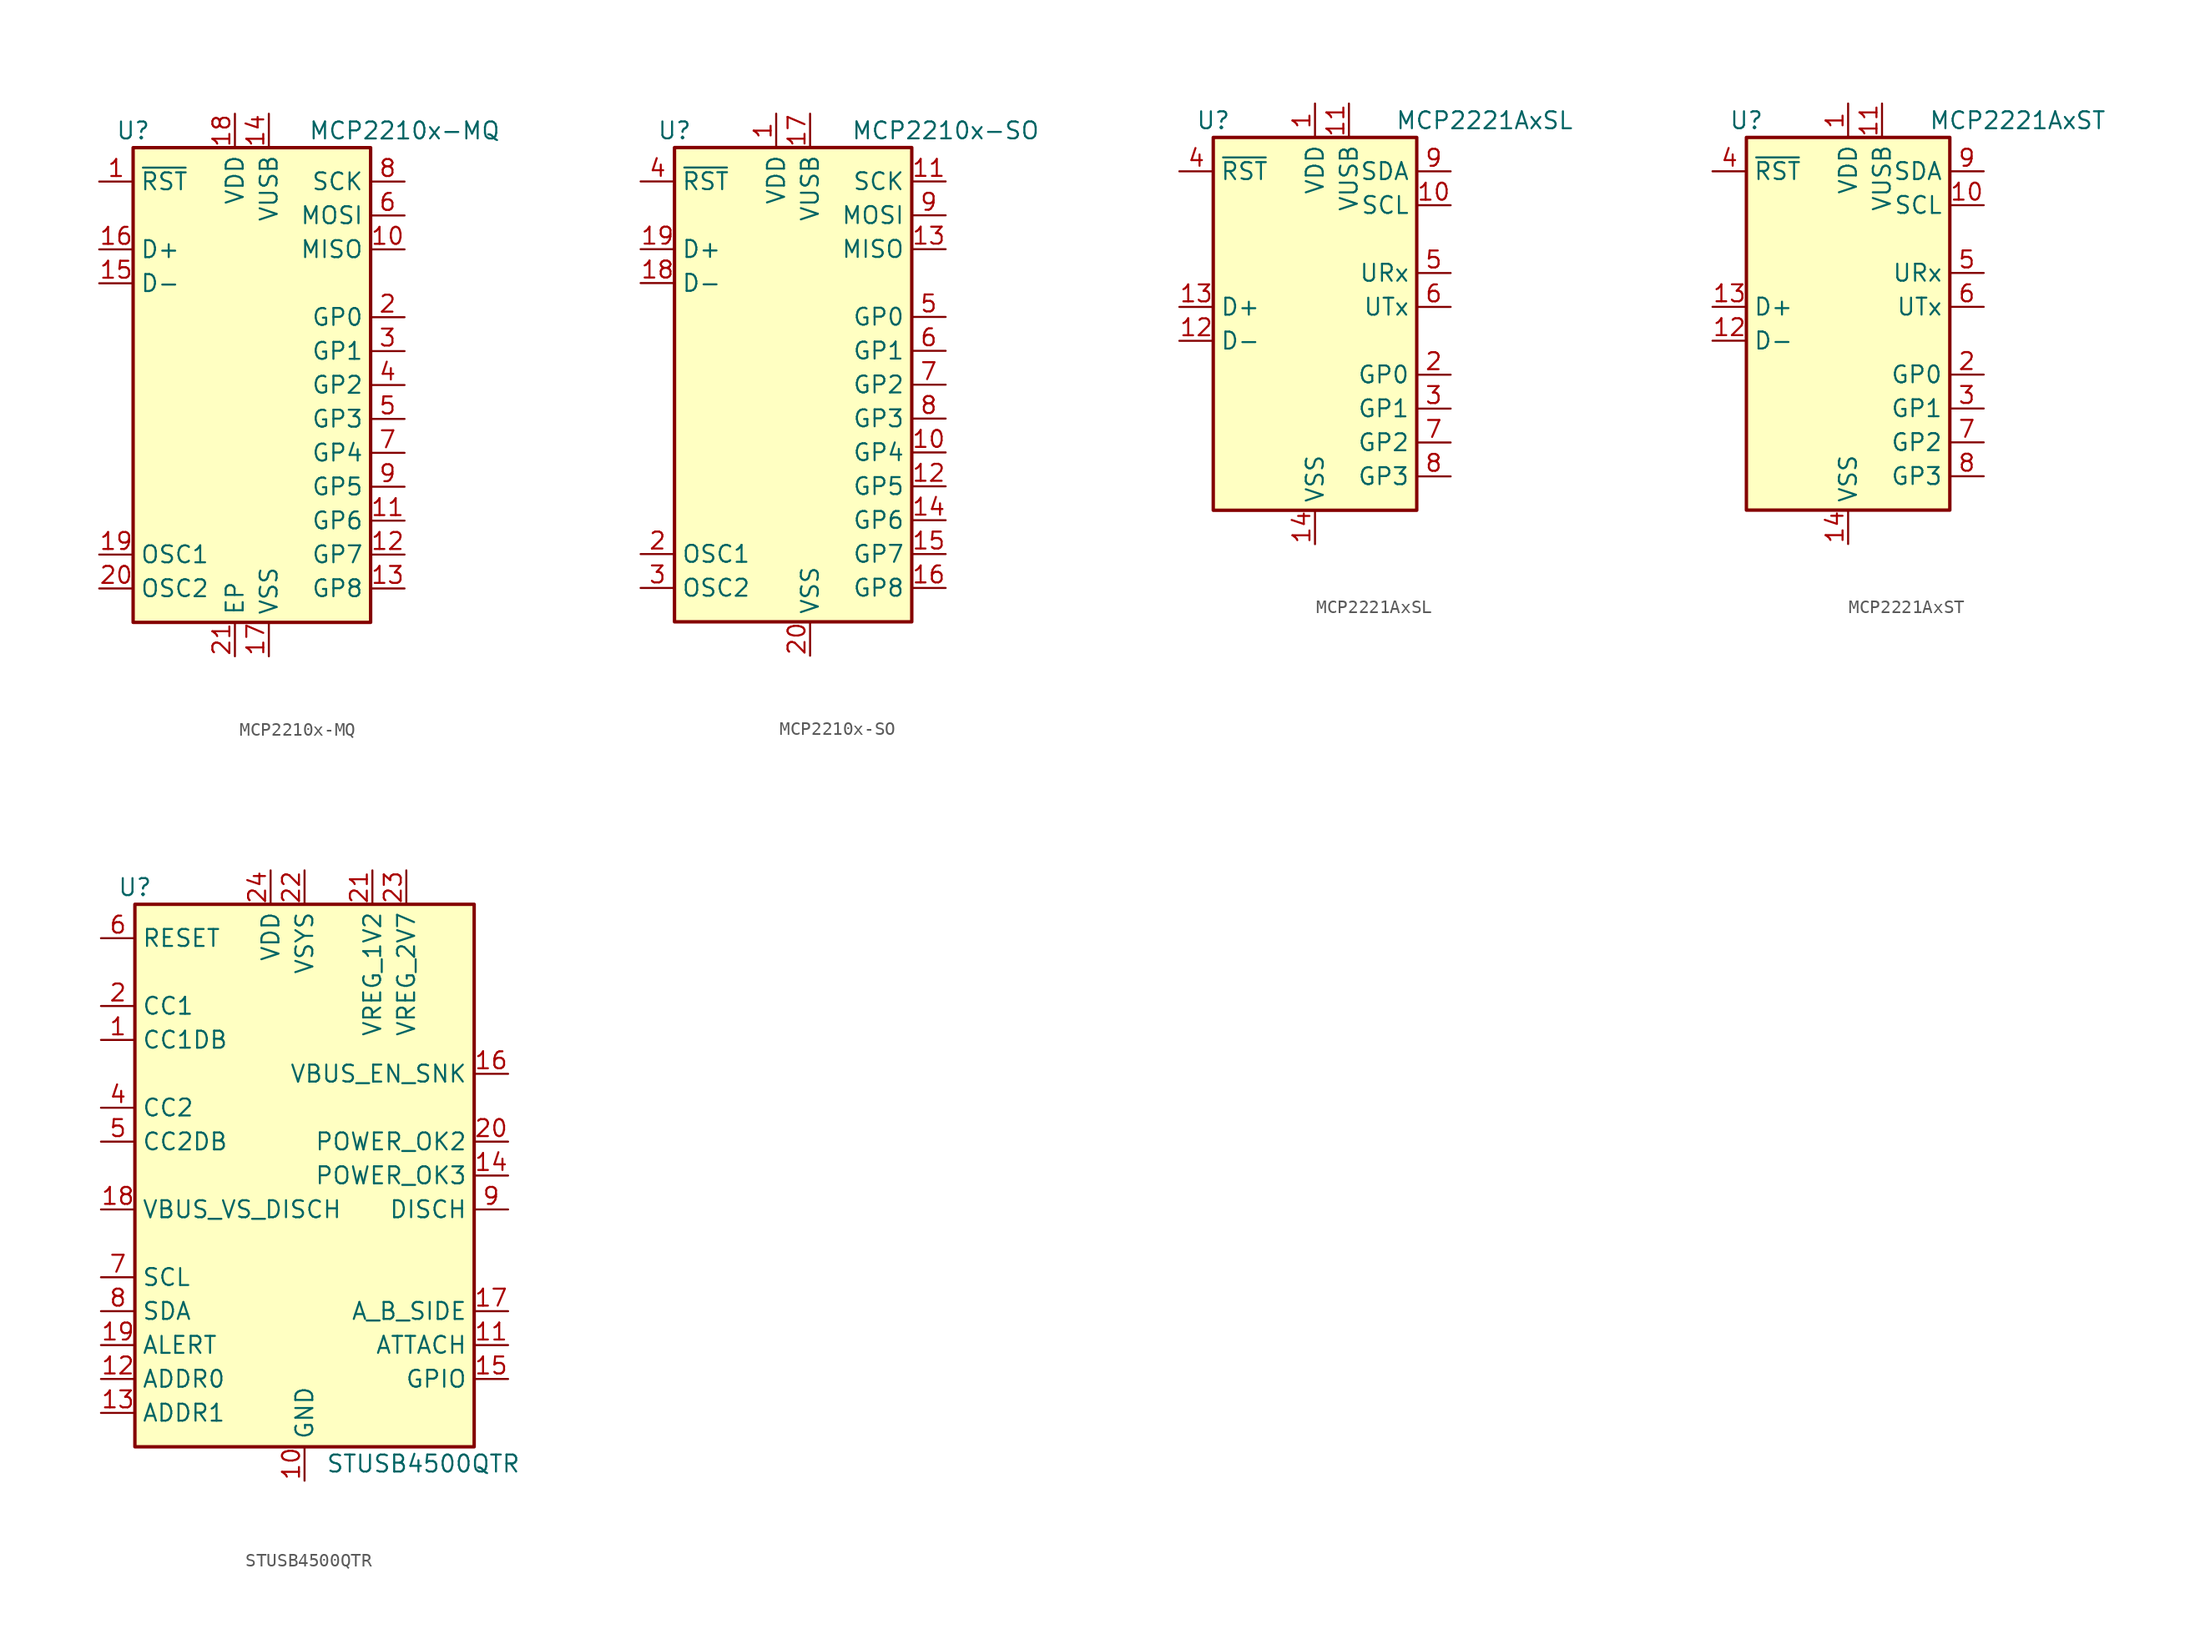
<source format=kicad_sym>
(kicad_symbol_lib
  (version 20211014)
  (generator kicad_symbol_editor)
  (symbol "MCP2210x-MQ"
    (property "Reference" "U"
      (at -10.16 19.05 0)
      (effects (font (size 1.27 1.27))))
    (property "Value" "MCP2210x-MQ"
      (at 10.16 19.05 0)
      (effects (font (size 1.27 1.27))))
    (symbol "MCP2210x-MQ_0_1"
      (rectangle (start -10.16 17.78) (end 7.62 -17.78) (stroke (width 0.254) (type default) (color 0 0 0 0)) (fill (type background))))
    (symbol "MCP2210x-MQ_1_1"
      (pin input line (at -12.7 15.24 0) (length 2.54) (name "~{RST}" (effects (font (size 1.27 1.27)))) (number "1" (effects (font (size 1.27 1.27)))))
      (pin input line (at 10.16 10.16 180) (length 2.54) (name "MISO" (effects (font (size 1.27 1.27)))) (number "10" (effects (font (size 1.27 1.27)))))
      (pin bidirectional line (at 10.16 -10.16 180) (length 2.54) (name "GP6" (effects (font (size 1.27 1.27)))) (number "11" (effects (font (size 1.27 1.27)))))
      (pin bidirectional line (at 10.16 -12.7 180) (length 2.54) (name "GP7" (effects (font (size 1.27 1.27)))) (number "12" (effects (font (size 1.27 1.27)))))
      (pin bidirectional line (at 10.16 -15.24 180) (length 2.54) (name "GP8" (effects (font (size 1.27 1.27)))) (number "13" (effects (font (size 1.27 1.27)))))
      (pin passive line (at 0 20.32 270) (length 2.54) (name "VUSB" (effects (font (size 1.27 1.27)))) (number "14" (effects (font (size 1.27 1.27)))))
      (pin bidirectional line (at -12.7 7.62 0) (length 2.54) (name "D-" (effects (font (size 1.27 1.27)))) (number "15" (effects (font (size 1.27 1.27)))))
      (pin bidirectional line (at -12.7 10.16 0) (length 2.54) (name "D+" (effects (font (size 1.27 1.27)))) (number "16" (effects (font (size 1.27 1.27)))))
      (pin power_in line (at 0 -20.32 90) (length 2.54) (name "VSS" (effects (font (size 1.27 1.27)))) (number "17" (effects (font (size 1.27 1.27)))))
      (pin power_in line (at -2.54 20.32 270) (length 2.54) (name "VDD" (effects (font (size 1.27 1.27)))) (number "18" (effects (font (size 1.27 1.27)))))
      (pin input line (at -12.7 -12.7 0) (length 2.54) (name "OSC1" (effects (font (size 1.27 1.27)))) (number "19" (effects (font (size 1.27 1.27)))))
      (pin bidirectional line (at 10.16 5.08 180) (length 2.54) (name "GP0" (effects (font (size 1.27 1.27)))) (number "2" (effects (font (size 1.27 1.27)))))
      (pin output line (at -12.7 -15.24 0) (length 2.54) (name "OSC2" (effects (font (size 1.27 1.27)))) (number "20" (effects (font (size 1.27 1.27)))))
      (pin passive line (at -2.54 -20.32 90) (length 2.54) (name "EP" (effects (font (size 1.27 1.27)))) (number "21" (effects (font (size 1.27 1.27)))))
      (pin bidirectional line (at 10.16 2.54 180) (length 2.54) (name "GP1" (effects (font (size 1.27 1.27)))) (number "3" (effects (font (size 1.27 1.27)))))
      (pin bidirectional line (at 10.16 0 180) (length 2.54) (name "GP2" (effects (font (size 1.27 1.27)))) (number "4" (effects (font (size 1.27 1.27)))))
      (pin bidirectional line (at 10.16 -2.54 180) (length 2.54) (name "GP3" (effects (font (size 1.27 1.27)))) (number "5" (effects (font (size 1.27 1.27)))))
      (pin output line (at 10.16 12.7 180) (length 2.54) (name "MOSI" (effects (font (size 1.27 1.27)))) (number "6" (effects (font (size 1.27 1.27)))))
      (pin bidirectional line (at 10.16 -5.08 180) (length 2.54) (name "GP4" (effects (font (size 1.27 1.27)))) (number "7" (effects (font (size 1.27 1.27)))))
      (pin output line (at 10.16 15.24 180) (length 2.54) (name "SCK" (effects (font (size 1.27 1.27)))) (number "8" (effects (font (size 1.27 1.27)))))
      (pin bidirectional line (at 10.16 -7.62 180) (length 2.54) (name "GP5" (effects (font (size 1.27 1.27)))) (number "9" (effects (font (size 1.27 1.27)))))))
  (symbol "MCP2210x-SO"
    (property "Reference" "U"
      (at -10.16 19.05 0)
      (effects (font (size 1.27 1.27))))
    (property "Value" "MCP2210x-SO"
      (at 10.16 19.05 0)
      (effects (font (size 1.27 1.27))))
    (symbol "MCP2210x-SO_0_1"
      (rectangle (start -10.16 17.78) (end 7.62 -17.78) (stroke (width 0.254) (type default) (color 0 0 0 0)) (fill (type background))))
    (symbol "MCP2210x-SO_1_1"
      (pin power_in line (at -2.54 20.32 270) (length 2.54) (name "VDD" (effects (font (size 1.27 1.27)))) (number "1" (effects (font (size 1.27 1.27)))))
      (pin bidirectional line (at 10.16 -5.08 180) (length 2.54) (name "GP4" (effects (font (size 1.27 1.27)))) (number "10" (effects (font (size 1.27 1.27)))))
      (pin output line (at 10.16 15.24 180) (length 2.54) (name "SCK" (effects (font (size 1.27 1.27)))) (number "11" (effects (font (size 1.27 1.27)))))
      (pin bidirectional line (at 10.16 -7.62 180) (length 2.54) (name "GP5" (effects (font (size 1.27 1.27)))) (number "12" (effects (font (size 1.27 1.27)))))
      (pin input line (at 10.16 10.16 180) (length 2.54) (name "MISO" (effects (font (size 1.27 1.27)))) (number "13" (effects (font (size 1.27 1.27)))))
      (pin bidirectional line (at 10.16 -10.16 180) (length 2.54) (name "GP6" (effects (font (size 1.27 1.27)))) (number "14" (effects (font (size 1.27 1.27)))))
      (pin bidirectional line (at 10.16 -12.7 180) (length 2.54) (name "GP7" (effects (font (size 1.27 1.27)))) (number "15" (effects (font (size 1.27 1.27)))))
      (pin bidirectional line (at 10.16 -15.24 180) (length 2.54) (name "GP8" (effects (font (size 1.27 1.27)))) (number "16" (effects (font (size 1.27 1.27)))))
      (pin passive line (at 0 20.32 270) (length 2.54) (name "VUSB" (effects (font (size 1.27 1.27)))) (number "17" (effects (font (size 1.27 1.27)))))
      (pin bidirectional line (at -12.7 7.62 0) (length 2.54) (name "D-" (effects (font (size 1.27 1.27)))) (number "18" (effects (font (size 1.27 1.27)))))
      (pin bidirectional line (at -12.7 10.16 0) (length 2.54) (name "D+" (effects (font (size 1.27 1.27)))) (number "19" (effects (font (size 1.27 1.27)))))
      (pin input line (at -12.7 -12.7 0) (length 2.54) (name "OSC1" (effects (font (size 1.27 1.27)))) (number "2" (effects (font (size 1.27 1.27)))))
      (pin power_in line (at 0 -20.32 90) (length 2.54) (name "VSS" (effects (font (size 1.27 1.27)))) (number "20" (effects (font (size 1.27 1.27)))))
      (pin output line (at -12.7 -15.24 0) (length 2.54) (name "OSC2" (effects (font (size 1.27 1.27)))) (number "3" (effects (font (size 1.27 1.27)))))
      (pin input line (at -12.7 15.24 0) (length 2.54) (name "~{RST}" (effects (font (size 1.27 1.27)))) (number "4" (effects (font (size 1.27 1.27)))))
      (pin bidirectional line (at 10.16 5.08 180) (length 2.54) (name "GP0" (effects (font (size 1.27 1.27)))) (number "5" (effects (font (size 1.27 1.27)))))
      (pin bidirectional line (at 10.16 2.54 180) (length 2.54) (name "GP1" (effects (font (size 1.27 1.27)))) (number "6" (effects (font (size 1.27 1.27)))))
      (pin bidirectional line (at 10.16 0 180) (length 2.54) (name "GP2" (effects (font (size 1.27 1.27)))) (number "7" (effects (font (size 1.27 1.27)))))
      (pin bidirectional line (at 10.16 -2.54 180) (length 2.54) (name "GP3" (effects (font (size 1.27 1.27)))) (number "8" (effects (font (size 1.27 1.27)))))
      (pin output line (at 10.16 12.7 180) (length 2.54) (name "MOSI" (effects (font (size 1.27 1.27)))) (number "9" (effects (font (size 1.27 1.27)))))))
  (symbol "MCP2221AxSL"
    (property "Reference" "U"
      (at -7.62 16.51 0)
      (effects (font (size 1.27 1.27))))
    (property "Value" "MCP2221AxSL"
      (at 12.7 16.51 0)
      (effects (font (size 1.27 1.27))))
    (symbol "MCP2221AxSL_0_1"
      (rectangle (start -7.62 15.24) (end 7.62 -12.7) (stroke (width 0.254) (type default) (color 0 0 0 0)) (fill (type background))))
    (symbol "MCP2221AxSL_1_1"
      (pin power_in line (at 0 17.78 270) (length 2.54) (name "VDD" (effects (font (size 1.27 1.27)))) (number "1" (effects (font (size 1.27 1.27)))))
      (pin bidirectional line (at 10.16 10.16 180) (length 2.54) (name "SCL" (effects (font (size 1.27 1.27)))) (number "10" (effects (font (size 1.27 1.27)))))
      (pin passive line (at 2.54 17.78 270) (length 2.54) (name "VUSB" (effects (font (size 1.27 1.27)))) (number "11" (effects (font (size 1.27 1.27)))))
      (pin bidirectional line (at -10.16 0 0) (length 2.54) (name "D-" (effects (font (size 1.27 1.27)))) (number "12" (effects (font (size 1.27 1.27)))))
      (pin bidirectional line (at -10.16 2.54 0) (length 2.54) (name "D+" (effects (font (size 1.27 1.27)))) (number "13" (effects (font (size 1.27 1.27)))))
      (pin power_in line (at 0 -15.24 90) (length 2.54) (name "VSS" (effects (font (size 1.27 1.27)))) (number "14" (effects (font (size 1.27 1.27)))))
      (pin bidirectional line (at 10.16 -2.54 180) (length 2.54) (name "GP0" (effects (font (size 1.27 1.27)))) (number "2" (effects (font (size 1.27 1.27)))))
      (pin bidirectional line (at 10.16 -5.08 180) (length 2.54) (name "GP1" (effects (font (size 1.27 1.27)))) (number "3" (effects (font (size 1.27 1.27)))))
      (pin input line (at -10.16 12.7 0) (length 2.54) (name "~{RST}" (effects (font (size 1.27 1.27)))) (number "4" (effects (font (size 1.27 1.27)))))
      (pin input line (at 10.16 5.08 180) (length 2.54) (name "URx" (effects (font (size 1.27 1.27)))) (number "5" (effects (font (size 1.27 1.27)))))
      (pin output line (at 10.16 2.54 180) (length 2.54) (name "UTx" (effects (font (size 1.27 1.27)))) (number "6" (effects (font (size 1.27 1.27)))))
      (pin bidirectional line (at 10.16 -7.62 180) (length 2.54) (name "GP2" (effects (font (size 1.27 1.27)))) (number "7" (effects (font (size 1.27 1.27)))))
      (pin bidirectional line (at 10.16 -10.16 180) (length 2.54) (name "GP3" (effects (font (size 1.27 1.27)))) (number "8" (effects (font (size 1.27 1.27)))))
      (pin bidirectional line (at 10.16 12.7 180) (length 2.54) (name "SDA" (effects (font (size 1.27 1.27)))) (number "9" (effects (font (size 1.27 1.27)))))))
  (symbol "MCP2221AxST"
    (property "Reference" "U"
      (at -7.62 16.51 0)
      (effects (font (size 1.27 1.27))))
    (property "Value" "MCP2221AxST"
      (at 12.7 16.51 0)
      (effects (font (size 1.27 1.27))))
    (symbol "MCP2221AxST_0_1"
      (rectangle (start -7.62 15.24) (end 7.62 -12.7) (stroke (width 0.254) (type default) (color 0 0 0 0)) (fill (type background))))
    (symbol "MCP2221AxST_1_1"
      (pin power_in line (at 0 17.78 270) (length 2.54) (name "VDD" (effects (font (size 1.27 1.27)))) (number "1" (effects (font (size 1.27 1.27)))))
      (pin bidirectional line (at 10.16 10.16 180) (length 2.54) (name "SCL" (effects (font (size 1.27 1.27)))) (number "10" (effects (font (size 1.27 1.27)))))
      (pin passive line (at 2.54 17.78 270) (length 2.54) (name "VUSB" (effects (font (size 1.27 1.27)))) (number "11" (effects (font (size 1.27 1.27)))))
      (pin bidirectional line (at -10.16 0 0) (length 2.54) (name "D-" (effects (font (size 1.27 1.27)))) (number "12" (effects (font (size 1.27 1.27)))))
      (pin bidirectional line (at -10.16 2.54 0) (length 2.54) (name "D+" (effects (font (size 1.27 1.27)))) (number "13" (effects (font (size 1.27 1.27)))))
      (pin power_in line (at 0 -15.24 90) (length 2.54) (name "VSS" (effects (font (size 1.27 1.27)))) (number "14" (effects (font (size 1.27 1.27)))))
      (pin bidirectional line (at 10.16 -2.54 180) (length 2.54) (name "GP0" (effects (font (size 1.27 1.27)))) (number "2" (effects (font (size 1.27 1.27)))))
      (pin bidirectional line (at 10.16 -5.08 180) (length 2.54) (name "GP1" (effects (font (size 1.27 1.27)))) (number "3" (effects (font (size 1.27 1.27)))))
      (pin input line (at -10.16 12.7 0) (length 2.54) (name "~{RST}" (effects (font (size 1.27 1.27)))) (number "4" (effects (font (size 1.27 1.27)))))
      (pin input line (at 10.16 5.08 180) (length 2.54) (name "URx" (effects (font (size 1.27 1.27)))) (number "5" (effects (font (size 1.27 1.27)))))
      (pin output line (at 10.16 2.54 180) (length 2.54) (name "UTx" (effects (font (size 1.27 1.27)))) (number "6" (effects (font (size 1.27 1.27)))))
      (pin bidirectional line (at 10.16 -7.62 180) (length 2.54) (name "GP2" (effects (font (size 1.27 1.27)))) (number "7" (effects (font (size 1.27 1.27)))))
      (pin bidirectional line (at 10.16 -10.16 180) (length 2.54) (name "GP3" (effects (font (size 1.27 1.27)))) (number "8" (effects (font (size 1.27 1.27)))))
      (pin bidirectional line (at 10.16 12.7 180) (length 2.54) (name "SDA" (effects (font (size 1.27 1.27)))) (number "9" (effects (font (size 1.27 1.27)))))))
  (symbol "STUSB4500QTR"
    (property "Reference" "U"
      (at -12.7 21.59 0)
      (effects (font (size 1.27 1.27))))
    (property "Value" "STUSB4500QTR"
      (at 8.89 -21.59 0)
      (effects (font (size 1.27 1.27))))
    (symbol "STUSB4500QTR_0_1"
      (rectangle (start -12.7 20.32) (end 12.7 -20.32) (stroke (width 0.254) (type default) (color 0 0 0 0)) (fill (type background))))
    (symbol "STUSB4500QTR_1_1"
      (pin bidirectional line (at -15.24 10.16 0) (length 2.54) (name "CC1DB" (effects (font (size 1.27 1.27)))) (number "1" (effects (font (size 1.27 1.27)))))
      (pin power_in line (at 0 -22.86 90) (length 2.54) (name "GND" (effects (font (size 1.27 1.27)))) (number "10" (effects (font (size 1.27 1.27)))))
      (pin open_collector line (at 15.24 -12.7 180) (length 2.54) (name "ATTACH" (effects (font (size 1.27 1.27)))) (number "11" (effects (font (size 1.27 1.27)))))
      (pin input line (at -15.24 -15.24 0) (length 2.54) (name "ADDR0" (effects (font (size 1.27 1.27)))) (number "12" (effects (font (size 1.27 1.27)))))
      (pin input line (at -15.24 -17.78 0) (length 2.54) (name "ADDR1" (effects (font (size 1.27 1.27)))) (number "13" (effects (font (size 1.27 1.27)))))
      (pin open_collector line (at 15.24 0 180) (length 2.54) (name "POWER_OK3" (effects (font (size 1.27 1.27)))) (number "14" (effects (font (size 1.27 1.27)))))
      (pin open_collector line (at 15.24 -15.24 180) (length 2.54) (name "GPIO" (effects (font (size 1.27 1.27)))) (number "15" (effects (font (size 1.27 1.27)))))
      (pin open_collector line (at 15.24 7.62 180) (length 2.54) (name "VBUS_EN_SNK" (effects (font (size 1.27 1.27)))) (number "16" (effects (font (size 1.27 1.27)))))
      (pin open_collector line (at 15.24 -10.16 180) (length 2.54) (name "A_B_SIDE" (effects (font (size 1.27 1.27)))) (number "17" (effects (font (size 1.27 1.27)))))
      (pin input line (at -15.24 -2.54 0) (length 2.54) (name "VBUS_VS_DISCH" (effects (font (size 1.27 1.27)))) (number "18" (effects (font (size 1.27 1.27)))))
      (pin open_collector line (at -15.24 -12.7 0) (length 2.54) (name "ALERT" (effects (font (size 1.27 1.27)))) (number "19" (effects (font (size 1.27 1.27)))))
      (pin bidirectional line (at -15.24 12.7 0) (length 2.54) (name "CC1" (effects (font (size 1.27 1.27)))) (number "2" (effects (font (size 1.27 1.27)))))
      (pin open_collector line (at 15.24 2.54 180) (length 2.54) (name "POWER_OK2" (effects (font (size 1.27 1.27)))) (number "20" (effects (font (size 1.27 1.27)))))
      (pin power_out line (at 5.08 22.86 270) (length 2.54) (name "VREG_1V2" (effects (font (size 1.27 1.27)))) (number "21" (effects (font (size 1.27 1.27)))))
      (pin power_in line (at 0 22.86 270) (length 2.54) (name "VSYS" (effects (font (size 1.27 1.27)))) (number "22" (effects (font (size 1.27 1.27)))))
      (pin power_out line (at 7.62 22.86 270) (length 2.54) (name "VREG_2V7" (effects (font (size 1.27 1.27)))) (number "23" (effects (font (size 1.27 1.27)))))
      (pin power_in line (at -2.54 22.86 270) (length 2.54) (name "VDD" (effects (font (size 1.27 1.27)))) (number "24" (effects (font (size 1.27 1.27)))))
      (pin passive line (at 0 -22.86 90) (length 2.54) hide (name "GND" (effects (font (size 1.27 1.27)))) (number "25" (effects (font (size 1.27 1.27)))))
      (pin no_connect line (at -12.7 15.24 0) (length 2.54) hide (name "NC" (effects (font (size 1.27 1.27)))) (number "3" (effects (font (size 1.27 1.27)))))
      (pin bidirectional line (at -15.24 5.08 0) (length 2.54) (name "CC2" (effects (font (size 1.27 1.27)))) (number "4" (effects (font (size 1.27 1.27)))))
      (pin bidirectional line (at -15.24 2.54 0) (length 2.54) (name "CC2DB" (effects (font (size 1.27 1.27)))) (number "5" (effects (font (size 1.27 1.27)))))
      (pin input line (at -15.24 17.78 0) (length 2.54) (name "RESET" (effects (font (size 1.27 1.27)))) (number "6" (effects (font (size 1.27 1.27)))))
      (pin input line (at -15.24 -7.62 0) (length 2.54) (name "SCL" (effects (font (size 1.27 1.27)))) (number "7" (effects (font (size 1.27 1.27)))))
      (pin bidirectional line (at -15.24 -10.16 0) (length 2.54) (name "SDA" (effects (font (size 1.27 1.27)))) (number "8" (effects (font (size 1.27 1.27)))))
      (pin bidirectional line (at 15.24 -2.54 180) (length 2.54) (name "DISCH" (effects (font (size 1.27 1.27)))) (number "9" (effects (font (size 1.27 1.27))))))))
</source>
